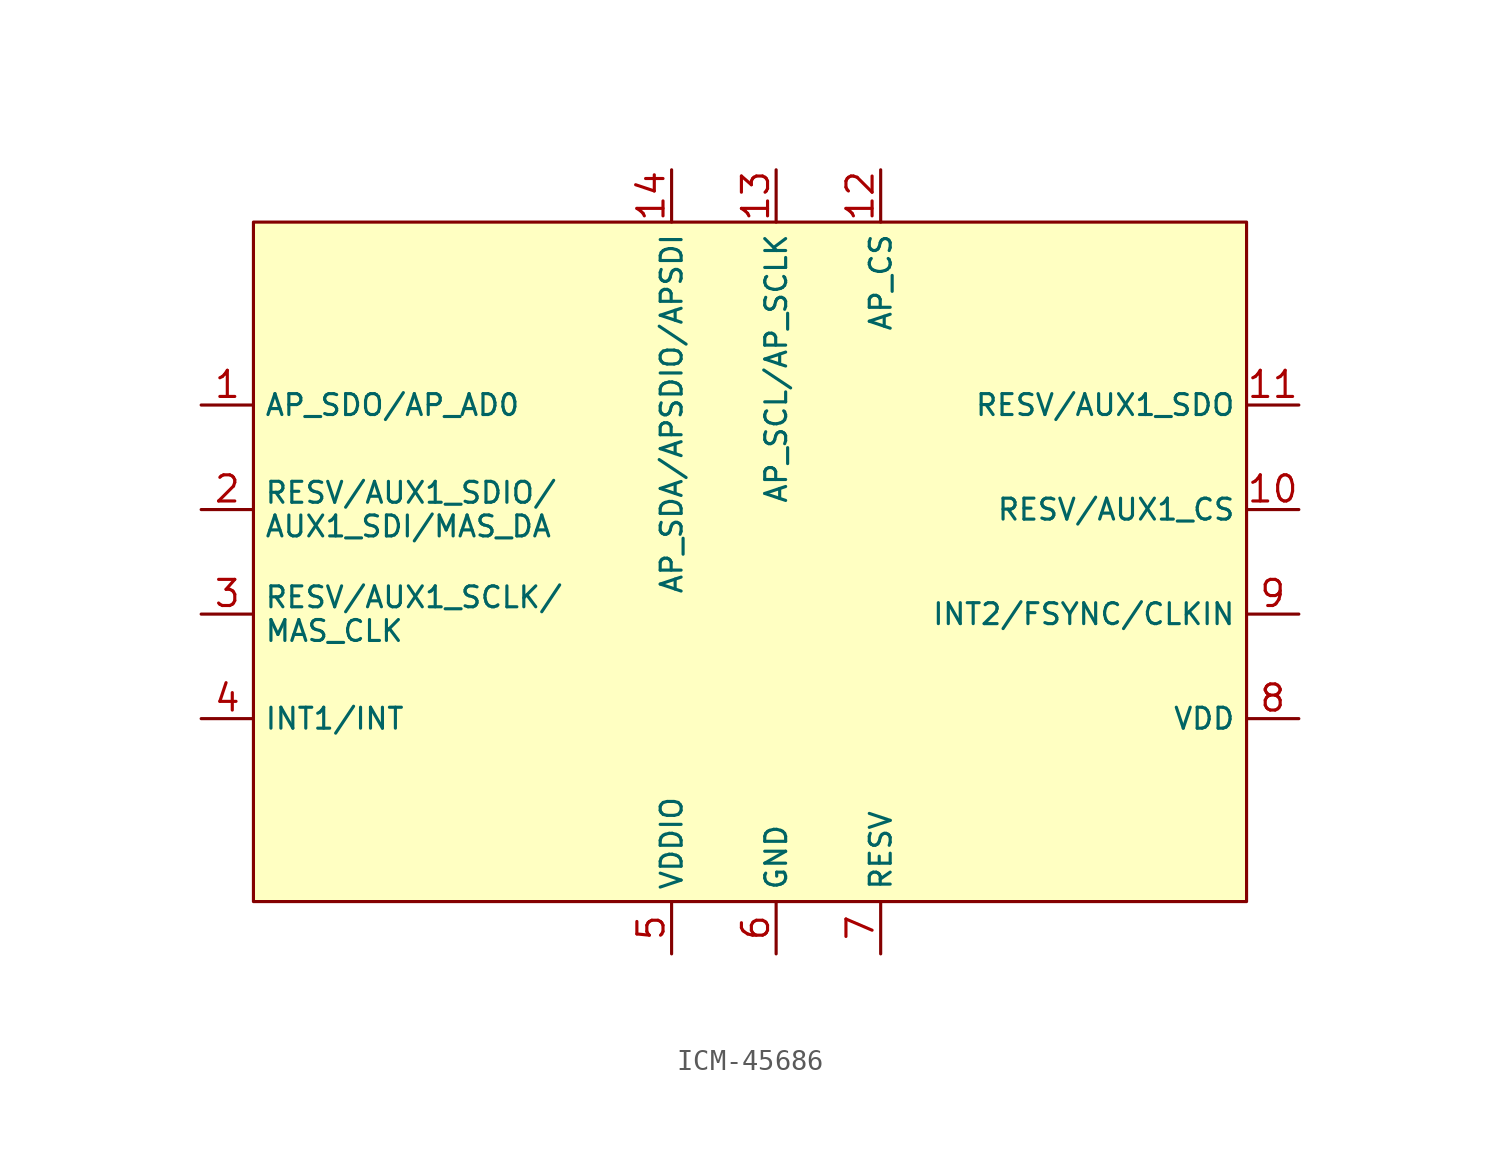
<source format=kicad_sym>
(kicad_symbol_lib
  (version 20241209)
  (generator "kicad_symbol_editor")
  (generator_version "9.0")
  (symbol "ICM-45686"
    (property "Reference" "U3"
      (at 23.622 22.86 0)
      (effects (font (size 1.27 1.27)) (justify left) (hide yes)))
    (symbol "ICM-45686_1_1"
      (rectangle (start -26.67 21.59) (end 21.59 -11.43) (stroke (width 0) (type solid)) (fill (type background)))
      (pin bidirectional line (at -29.21 12.7 0) (length 2.54) (name "AP_SDO/AP_AD0" (effects (font (size 1.016 1.016)))) (number "1" (effects (font (size 1.27 1.27)))))
      (pin bidirectional line (at -29.21 7.62 0) (length 2.54) (name "RESV/AUX1_SDIO/\nAUX1_SDI/MAS_DA" (effects (font (size 1.016 1.016)))) (number "2" (effects (font (size 1.27 1.27)))))
      (pin bidirectional line (at -29.21 2.54 0) (length 2.54) (name "RESV/AUX1_SCLK/\nMAS_CLK" (effects (font (size 1.016 1.016)))) (number "3" (effects (font (size 1.27 1.27)))))
      (pin bidirectional line (at -29.21 -2.54 0) (length 2.54) (name "INT1/INT" (effects (font (size 1.016 1.016)))) (number "4" (effects (font (size 1.27 1.27)))))
      (pin bidirectional line (at -6.35 24.13 270) (length 2.54) (name "AP_SDA/APSDIO/APSDI" (effects (font (size 1.016 1.016)))) (number "14" (effects (font (size 1.27 1.27)))))
      (pin power_in line (at -6.35 -13.97 90) (length 2.54) (name "VDDIO" (effects (font (size 1.016 1.016)))) (number "5" (effects (font (size 1.27 1.27)))))
      (pin bidirectional line (at -1.27 24.13 270) (length 2.54) (name "AP_SCL/AP_SCLK" (effects (font (size 1.016 1.016)))) (number "13" (effects (font (size 1.27 1.27)))))
      (pin power_in line (at -1.27 -13.97 90) (length 2.54) (name "GND" (effects (font (size 1.016 1.016)))) (number "6" (effects (font (size 1.27 1.27)))))
      (pin bidirectional line (at 3.81 24.13 270) (length 2.54) (name "AP_CS" (effects (font (size 1.016 1.016)))) (number "12" (effects (font (size 1.27 1.27)))))
      (pin bidirectional line (at 3.81 -13.97 90) (length 2.54) (name "RESV" (effects (font (size 1.016 1.016)))) (number "7" (effects (font (size 1.27 1.27)))))
      (pin bidirectional line (at 24.13 12.7 180) (length 2.54) (name "RESV/AUX1_SDO" (effects (font (size 1.016 1.016)))) (number "11" (effects (font (size 1.27 1.27)))))
      (pin bidirectional line (at 24.13 7.62 180) (length 2.54) (name "RESV/AUX1_CS" (effects (font (size 1.016 1.016)))) (number "10" (effects (font (size 1.27 1.27)))))
      (pin bidirectional line (at 24.13 2.54 180) (length 2.54) (name "INT2/FSYNC/CLKIN" (effects (font (size 1.016 1.016)))) (number "9" (effects (font (size 1.27 1.27)))))
      (pin power_in line (at 24.13 -2.54 180) (length 2.54) (name "VDD" (effects (font (size 1.016 1.016)))) (number "8" (effects (font (size 1.27 1.27))))))))
</source>
